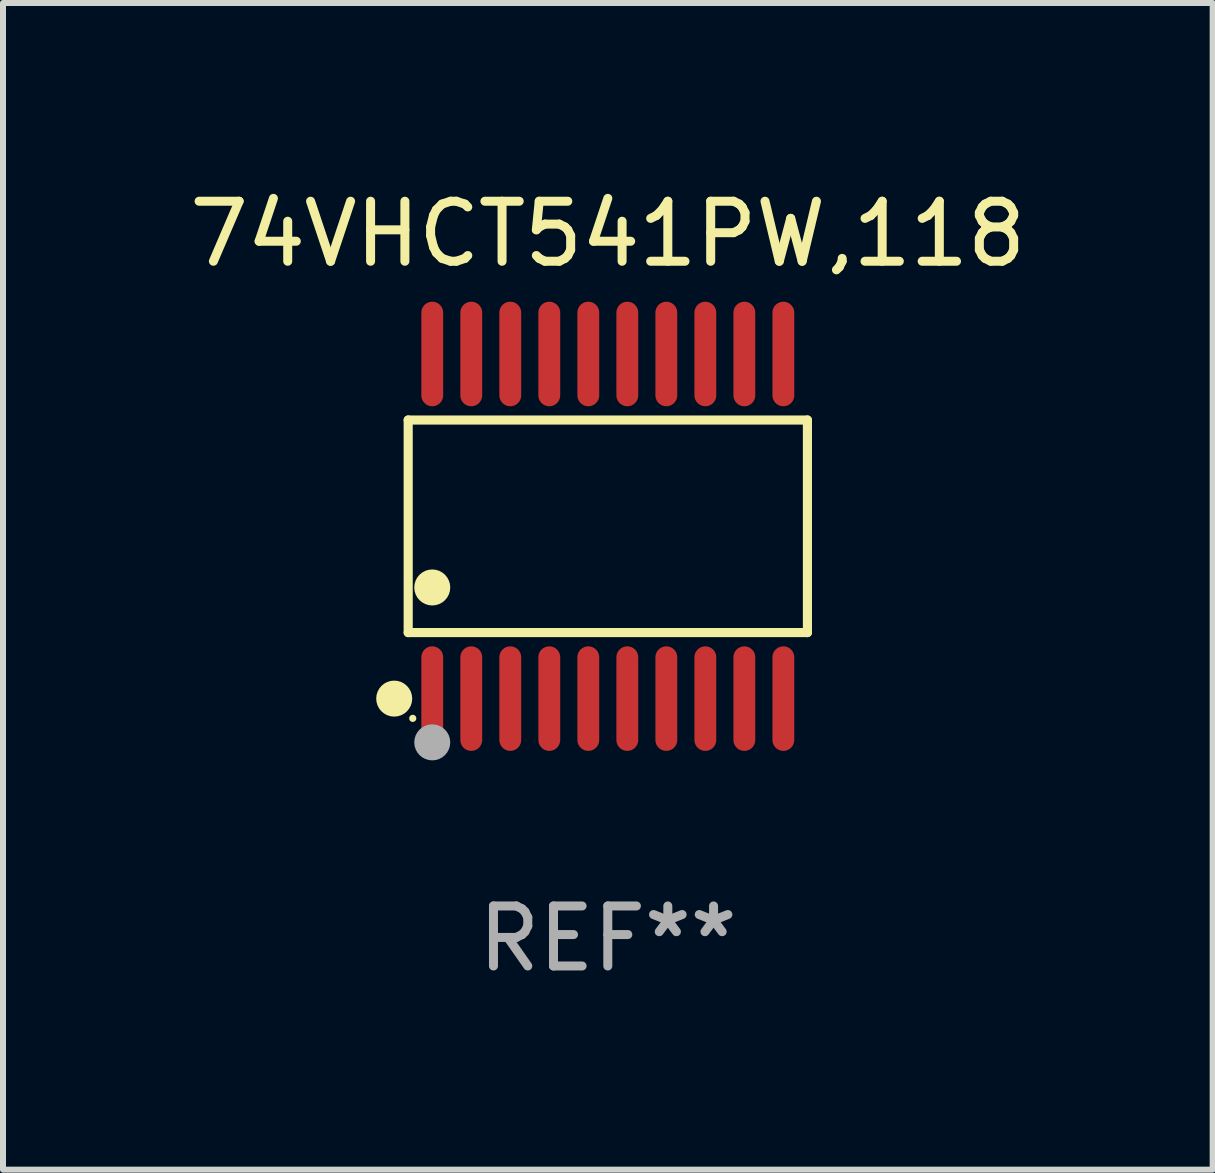
<source format=kicad_pcb>
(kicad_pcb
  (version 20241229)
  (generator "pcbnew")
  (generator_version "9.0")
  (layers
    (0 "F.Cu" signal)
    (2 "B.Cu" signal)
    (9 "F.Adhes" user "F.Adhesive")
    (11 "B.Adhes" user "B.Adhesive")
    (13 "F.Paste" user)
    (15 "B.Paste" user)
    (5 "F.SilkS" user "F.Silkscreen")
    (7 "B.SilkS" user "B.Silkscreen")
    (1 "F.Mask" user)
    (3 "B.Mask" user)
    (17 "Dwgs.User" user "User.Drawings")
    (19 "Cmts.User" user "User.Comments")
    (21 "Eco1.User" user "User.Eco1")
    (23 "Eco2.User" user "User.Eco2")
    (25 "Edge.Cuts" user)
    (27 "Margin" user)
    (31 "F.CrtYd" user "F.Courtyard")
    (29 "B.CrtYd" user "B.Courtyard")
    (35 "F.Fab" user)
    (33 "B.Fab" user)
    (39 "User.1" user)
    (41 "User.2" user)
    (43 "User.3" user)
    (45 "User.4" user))
  (footprint "74VHCT541PW,118"
    (layer "F.Cu")
    (at 7.077 5.719)
    (property "Reference" "74VHCT541PW,118" (at 0 -4.871 0) (layer "F.SilkS") (effects (font (size 1 1) (thickness 0.15))))
    (attr through_hole)
    (fp_line (start -3.326 -1.771) (end 3.326 -1.771) (stroke (width 0.152) (type solid)) (layer "F.SilkS"))
    (fp_line (start -3.326 1.771) (end -3.326 -1.771) (stroke (width 0.152) (type solid)) (layer "F.SilkS"))
    (fp_line (start 3.326 -1.771) (end 3.326 1.771) (stroke (width 0.152) (type solid)) (layer "F.SilkS"))
    (fp_line (start 3.326 1.771) (end -3.326 1.771) (stroke (width 0.152) (type solid)) (layer "F.SilkS"))
    (fp_circle (center -3.559 2.871) (end -3.409 2.871) (stroke (width 0.3) (type solid)) (fill no) (layer "F.SilkS"))
    (fp_circle (center -3.25 3.2) (end -3.22 3.2) (stroke (width 0.06) (type solid)) (fill no) (layer "F.SilkS"))
    (fp_circle (center -2.925 1.019) (end -2.775 1.019) (stroke (width 0.3) (type solid)) (fill no) (layer "F.SilkS"))
    (fp_circle (center -2.925 3.6) (end -2.775 3.6) (stroke (width 0.3) (type solid)) (fill no) (layer "F.Fab"))
    (fp_text user "REF**" (at 0 6.871 0) (layer "F.Fab") (effects (font (size 1 1) (thickness 0.15))))
    (pad "1" smd oval (at -2.925 2.871) (size 0.364 1.742) (layers "F.Cu" "F.Mask" "F.Paste"))
    (pad "2" smd oval (at -2.275 2.871) (size 0.364 1.742) (layers "F.Cu" "F.Mask" "F.Paste"))
    (pad "3" smd oval (at -1.625 2.871) (size 0.364 1.742) (layers "F.Cu" "F.Mask" "F.Paste"))
    (pad "4" smd oval (at -0.975 2.871) (size 0.364 1.742) (layers "F.Cu" "F.Mask" "F.Paste"))
    (pad "5" smd oval (at -0.325 2.871) (size 0.364 1.742) (layers "F.Cu" "F.Mask" "F.Paste"))
    (pad "6" smd oval (at 0.325 2.871) (size 0.364 1.742) (layers "F.Cu" "F.Mask" "F.Paste"))
    (pad "7" smd oval (at 0.975 2.871) (size 0.364 1.742) (layers "F.Cu" "F.Mask" "F.Paste"))
    (pad "8" smd oval (at 1.625 2.871) (size 0.364 1.742) (layers "F.Cu" "F.Mask" "F.Paste"))
    (pad "9" smd oval (at 2.275 2.871) (size 0.364 1.742) (layers "F.Cu" "F.Mask" "F.Paste"))
    (pad "10" smd oval (at 2.925 2.871) (size 0.364 1.742) (layers "F.Cu" "F.Mask" "F.Paste"))
    (pad "11" smd oval (at 2.925 -2.871) (size 0.364 1.742) (layers "F.Cu" "F.Mask" "F.Paste"))
    (pad "12" smd oval (at 2.275 -2.871) (size 0.364 1.742) (layers "F.Cu" "F.Mask" "F.Paste"))
    (pad "13" smd oval (at 1.625 -2.871) (size 0.364 1.742) (layers "F.Cu" "F.Mask" "F.Paste"))
    (pad "14" smd oval (at 0.975 -2.871) (size 0.364 1.742) (layers "F.Cu" "F.Mask" "F.Paste"))
    (pad "15" smd oval (at 0.325 -2.871) (size 0.364 1.742) (layers "F.Cu" "F.Mask" "F.Paste"))
    (pad "16" smd oval (at -0.325 -2.871) (size 0.364 1.742) (layers "F.Cu" "F.Mask" "F.Paste"))
    (pad "17" smd oval (at -0.975 -2.871) (size 0.364 1.742) (layers "F.Cu" "F.Mask" "F.Paste"))
    (pad "18" smd oval (at -1.625 -2.871) (size 0.364 1.742) (layers "F.Cu" "F.Mask" "F.Paste"))
    (pad "19" smd oval (at -2.275 -2.871) (size 0.364 1.742) (layers "F.Cu" "F.Mask" "F.Paste"))
    (pad "20" smd oval (at -2.925 -2.871) (size 0.364 1.742) (layers "F.Cu" "F.Mask" "F.Paste")))
  (gr_rect
    (start -3 -3)
    (end 17.155 16.438)
    (stroke (width 0.1) (type default))
    (fill no)
    (layer "Edge.Cuts")))
</source>
